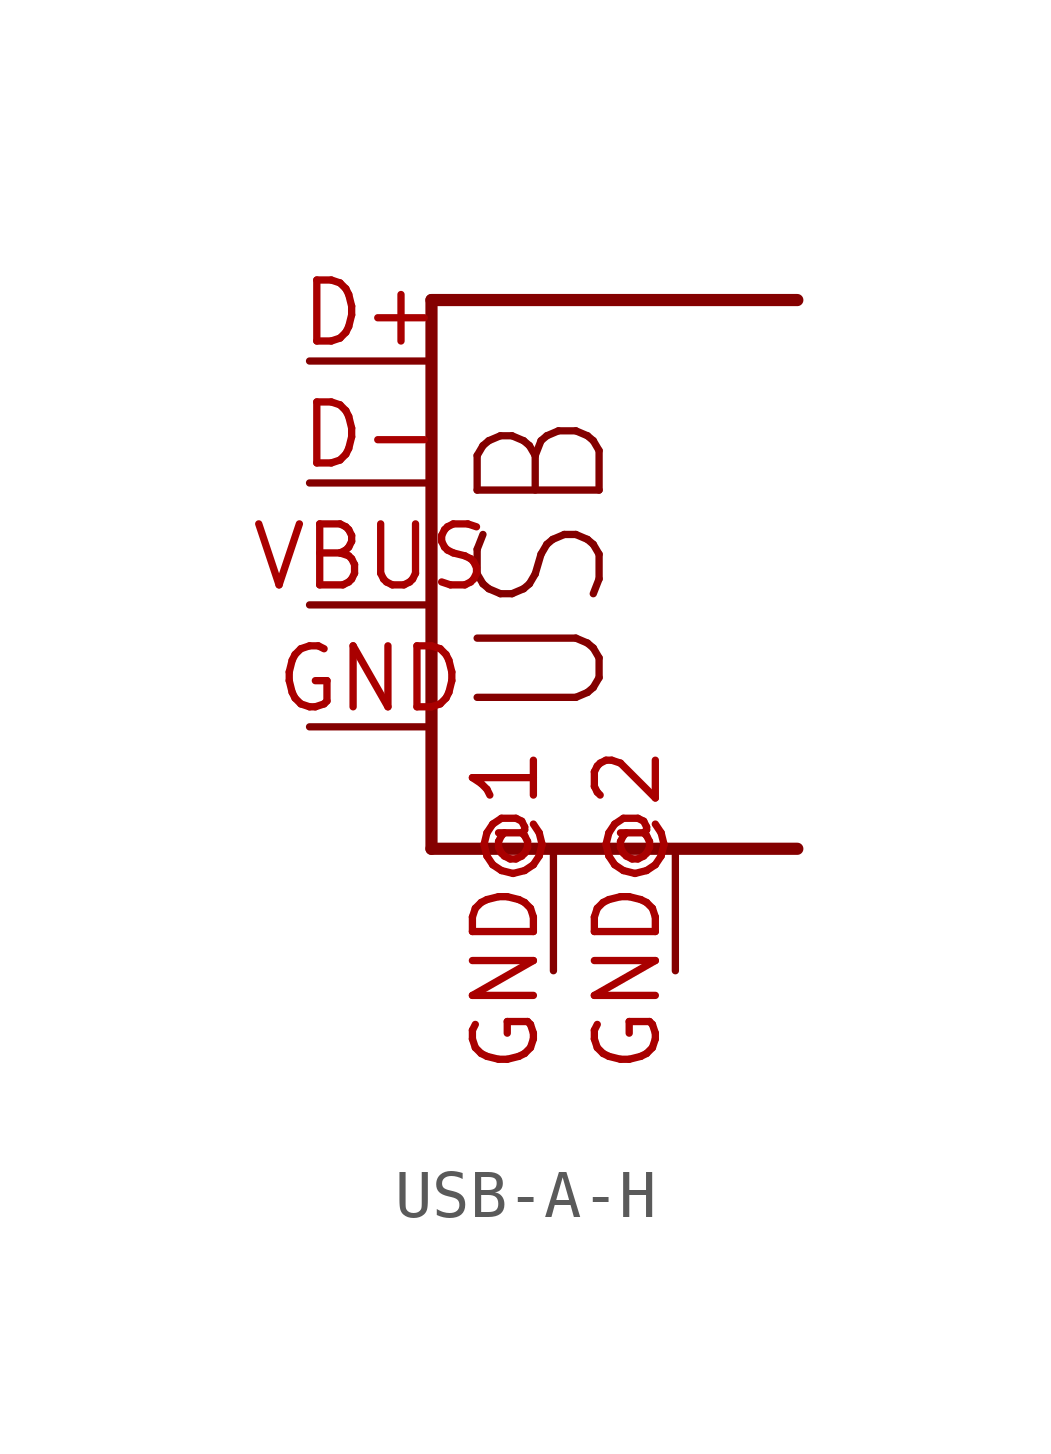
<source format=kicad_sym>
(kicad_symbol_lib
  (version 20220914)
  (generator kicad_symbol_editor)
  (symbol "USB-A-H"
    (property "Reference" "USB"
      (at 0 0 0)
      (effects (font (size 1.27 1.27)) hide))
    (property "ki_locked" ""
      (at 0 0 0)
      (effects (font (size 1.27 1.27))))
    (symbol "USB-A-H_1_0"
      (polyline (pts (xy 0 -2.54) (xy 7.62 -2.54)) (stroke (width 0.254) (type solid)) (fill (type none)))
      (polyline (pts (xy 0 8.89) (xy 0 -2.54)) (stroke (width 0.254) (type solid)) (fill (type none)))
      (polyline (pts (xy 7.62 8.89) (xy 0 8.89)) (stroke (width 0.254) (type solid)) (fill (type none)))
      (text "USB" (at 3.81 0 900) (effects (font (size 2.54 2.159)) (justify left bottom)))
      (pin bidirectional line (at -2.54 7.62 0) (length 2.54) (name "D+" (effects (font (size 0 0)))) (number "D+" (effects (font (size 1.27 1.27)))))
      (pin bidirectional line (at -2.54 5.08 0) (length 2.54) (name "D-" (effects (font (size 0 0)))) (number "D-" (effects (font (size 1.27 1.27)))))
      (pin bidirectional line (at -2.54 0 0) (length 2.54) (name "GND" (effects (font (size 0 0)))) (number "GND" (effects (font (size 1.27 1.27)))))
      (pin bidirectional line (at 2.54 -5.08 90) (length 2.54) (name "GND@1" (effects (font (size 0 0)))) (number "GND@1" (effects (font (size 1.27 1.27)))))
      (pin bidirectional line (at 5.08 -5.08 90) (length 2.54) (name "GND@2" (effects (font (size 0 0)))) (number "GND@2" (effects (font (size 1.27 1.27)))))
      (pin bidirectional line (at -2.54 2.54 0) (length 2.54) (name "VBUS" (effects (font (size 0 0)))) (number "VBUS" (effects (font (size 1.27 1.27))))))))
</source>
